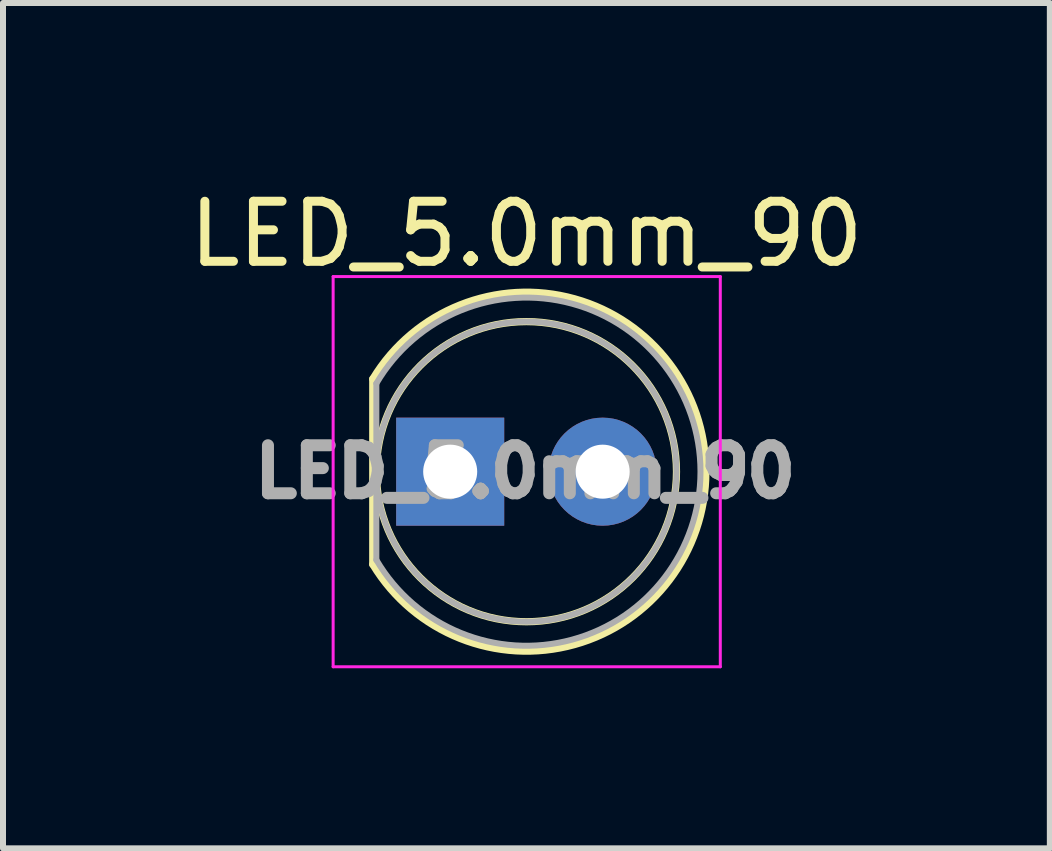
<source format=kicad_pcb>
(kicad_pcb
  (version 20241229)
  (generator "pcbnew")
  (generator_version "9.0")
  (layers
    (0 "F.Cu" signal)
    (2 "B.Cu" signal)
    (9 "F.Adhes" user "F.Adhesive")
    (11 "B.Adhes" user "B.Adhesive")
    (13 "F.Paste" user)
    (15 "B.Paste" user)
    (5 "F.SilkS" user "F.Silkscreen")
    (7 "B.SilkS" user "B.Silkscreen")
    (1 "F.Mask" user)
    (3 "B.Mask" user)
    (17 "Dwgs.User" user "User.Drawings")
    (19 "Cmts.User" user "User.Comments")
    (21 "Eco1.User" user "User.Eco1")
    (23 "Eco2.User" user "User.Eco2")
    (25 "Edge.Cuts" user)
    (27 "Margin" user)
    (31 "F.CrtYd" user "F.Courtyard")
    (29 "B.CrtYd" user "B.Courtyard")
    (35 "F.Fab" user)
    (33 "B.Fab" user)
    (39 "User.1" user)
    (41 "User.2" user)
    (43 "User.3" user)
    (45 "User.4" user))
  (footprint "LED_5.0mm_90"
    (layer "F.Cu")
    (at 4.45 4.808)
    (property "Reference" "LED_5.0mm_90" (at 1.27 -3.96 0) (layer "F.SilkS") (effects (font (size 1 1) (thickness 0.15))))
    (attr through_hole)
    (fp_line (start -1.29 -1.545) (end -1.29 1.545) (stroke (width 0.12) (type solid)) (layer "F.SilkS"))
    (fp_arc (start -1.29 -1.54483) (mid 2.072002 -2.880433) (end 4.26 0.000462) (stroke (width 0.12) (type solid)) (layer "F.SilkS"))
    (fp_arc (start 4.26 -0.000462) (mid 2.072002 2.880433) (end -1.29 1.54483) (stroke (width 0.12) (type solid)) (layer "F.SilkS"))
    (fp_circle (center 1.27 0) (end 3.77 0) (stroke (width 0.12) (type solid)) (fill no) (layer "F.SilkS"))
    (fp_line (start -1.95 -3.25) (end -1.95 3.25) (stroke (width 0.05) (type solid)) (layer "F.CrtYd"))
    (fp_line (start -1.95 3.25) (end 4.5 3.25) (stroke (width 0.05) (type solid)) (layer "F.CrtYd"))
    (fp_line (start 4.5 -3.25) (end -1.95 -3.25) (stroke (width 0.05) (type solid)) (layer "F.CrtYd"))
    (fp_line (start 4.5 3.25) (end 4.5 -3.25) (stroke (width 0.05) (type solid)) (layer "F.CrtYd"))
    (fp_line (start -1.23 -1.47) (end -1.23 1.47) (stroke (width 0.1) (type solid)) (layer "F.Fab"))
    (fp_arc (start -1.23 -1.469694) (mid 4.17 0.000016) (end -1.230016 1.469666) (stroke (width 0.1) (type solid)) (layer "F.Fab"))
    (fp_circle (center 1.27 0) (end 3.77 0) (stroke (width 0.1) (type solid)) (fill no) (layer "F.Fab"))
    (fp_text user "${REFERENCE}" (at 1.25 0 0) (layer "F.Fab") (effects (font (size 0.8 0.8) (thickness 0.2))))
    (pad "1" thru_hole circle (at 2.54 0) (size 1.8 1.8) (drill 0.9) (layers "*.Cu" "*.Mask"))
    (pad "2" thru_hole rect (at 0 0) (size 1.8 1.8) (drill 0.9) (layers "*.Cu" "*.Mask")))
  (gr_rect
    (start -3 -3)
    (end 14.44 11.083)
    (stroke (width 0.1) (type default))
    (fill no)
    (layer "Edge.Cuts")))
</source>
